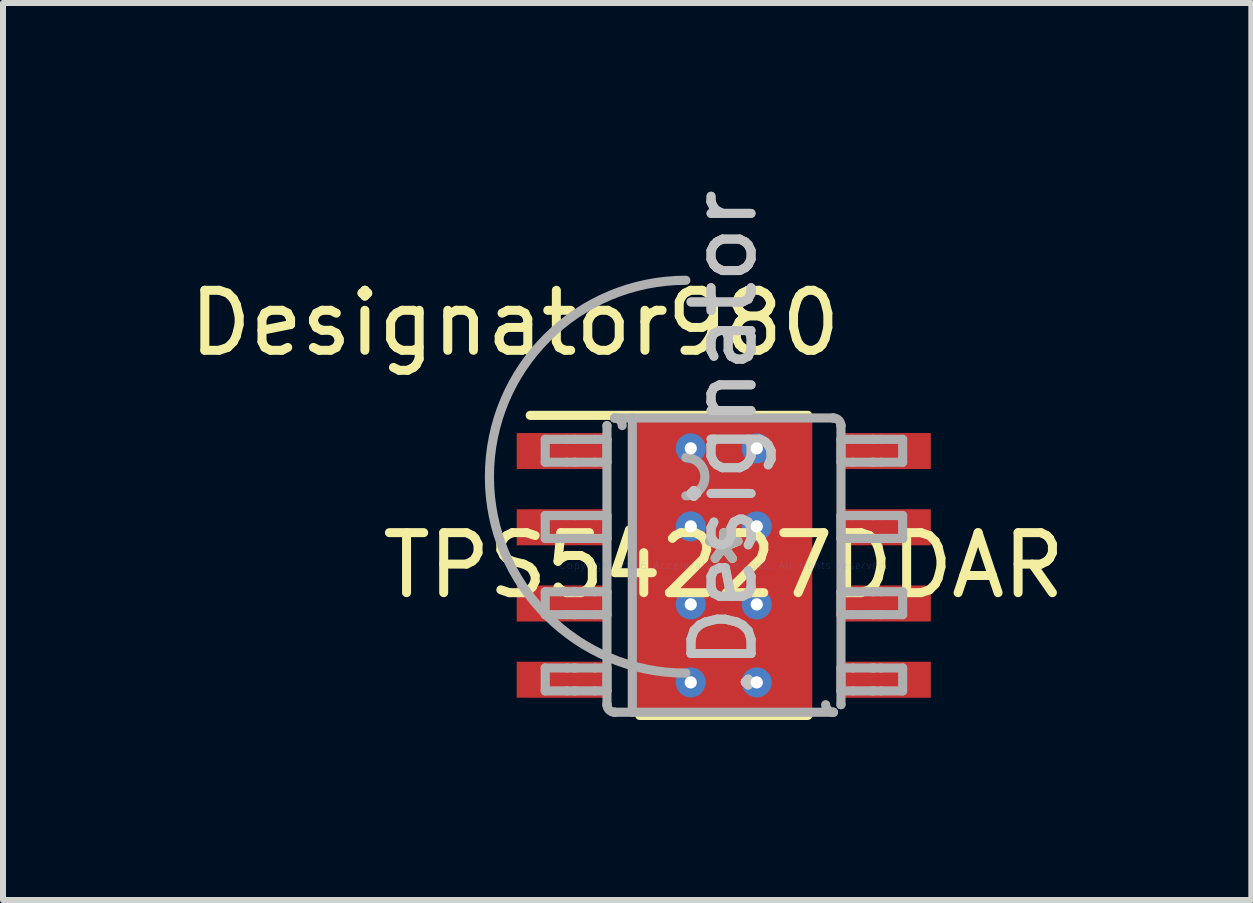
<source format=kicad_pcb>
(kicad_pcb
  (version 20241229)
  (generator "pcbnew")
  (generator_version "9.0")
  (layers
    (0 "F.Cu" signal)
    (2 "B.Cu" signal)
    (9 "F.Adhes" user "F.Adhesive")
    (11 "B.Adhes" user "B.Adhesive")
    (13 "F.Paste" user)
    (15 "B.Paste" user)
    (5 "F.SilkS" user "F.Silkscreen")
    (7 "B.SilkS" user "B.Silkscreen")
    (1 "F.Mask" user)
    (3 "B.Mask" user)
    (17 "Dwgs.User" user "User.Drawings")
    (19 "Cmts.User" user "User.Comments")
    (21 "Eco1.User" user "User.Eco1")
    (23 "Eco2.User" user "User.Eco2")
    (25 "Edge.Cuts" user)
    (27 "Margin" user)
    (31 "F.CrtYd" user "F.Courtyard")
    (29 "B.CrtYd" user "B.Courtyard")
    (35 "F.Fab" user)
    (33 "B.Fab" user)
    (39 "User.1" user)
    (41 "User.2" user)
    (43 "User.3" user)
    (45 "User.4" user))
  (footprint "TPS54227DDAR"
    (layer "F.Cu")
    (at 9.01 6.371)
    (property "Reference" "TPS54227DDAR" (at 0 0 0) (layer "F.SilkS") (effects (font (size 1 1) (thickness 0.15))))
    (attr through_hole)
    (fp_line (start -1.2 -1.502) (end -1.199 -1.511) (stroke (width 0.152) (type solid)) (layer "F.Mask"))
    (fp_line (start -1.2 1.502) (end -1.2 -1.502) (stroke (width 0.152) (type solid)) (layer "F.Mask"))
    (fp_line (start -1.199 -1.511) (end -1.196 -1.52) (stroke (width 0.152) (type solid)) (layer "F.Mask"))
    (fp_line (start -1.199 1.511) (end -1.2 1.502) (stroke (width 0.152) (type solid)) (layer "F.Mask"))
    (fp_line (start -1.196 -1.52) (end -1.192 -1.529) (stroke (width 0.152) (type solid)) (layer "F.Mask"))
    (fp_line (start -1.196 1.52) (end -1.199 1.511) (stroke (width 0.152) (type solid)) (layer "F.Mask"))
    (fp_line (start -1.192 -1.529) (end -1.186 -1.536) (stroke (width 0.152) (type solid)) (layer "F.Mask"))
    (fp_line (start -1.192 1.529) (end -1.196 1.52) (stroke (width 0.152) (type solid)) (layer "F.Mask"))
    (fp_line (start -1.186 -1.536) (end -1.179 -1.542) (stroke (width 0.152) (type solid)) (layer "F.Mask"))
    (fp_line (start -1.186 1.536) (end -1.192 1.529) (stroke (width 0.152) (type solid)) (layer "F.Mask"))
    (fp_line (start -1.179 -1.542) (end -1.17 -1.546) (stroke (width 0.152) (type solid)) (layer "F.Mask"))
    (fp_line (start -1.179 1.542) (end -1.186 1.536) (stroke (width 0.152) (type solid)) (layer "F.Mask"))
    (fp_line (start -1.17 -1.546) (end -1.161 -1.549) (stroke (width 0.152) (type solid)) (layer "F.Mask"))
    (fp_line (start -1.17 1.546) (end -1.179 1.542) (stroke (width 0.152) (type solid)) (layer "F.Mask"))
    (fp_line (start -1.161 -1.549) (end -1.152 -1.55) (stroke (width 0.152) (type solid)) (layer "F.Mask"))
    (fp_line (start -1.161 1.549) (end -1.17 1.546) (stroke (width 0.152) (type solid)) (layer "F.Mask"))
    (fp_line (start -1.152 -1.55) (end 1.152 -1.55) (stroke (width 0.152) (type solid)) (layer "F.Mask"))
    (fp_line (start -1.152 1.55) (end -1.161 1.549) (stroke (width 0.152) (type solid)) (layer "F.Mask"))
    (fp_line (start 1.152 -1.55) (end 1.161 -1.549) (stroke (width 0.152) (type solid)) (layer "F.Mask"))
    (fp_line (start 1.152 1.55) (end -1.152 1.55) (stroke (width 0.152) (type solid)) (layer "F.Mask"))
    (fp_line (start 1.161 -1.549) (end 1.17 -1.546) (stroke (width 0.152) (type solid)) (layer "F.Mask"))
    (fp_line (start 1.161 1.549) (end 1.152 1.55) (stroke (width 0.152) (type solid)) (layer "F.Mask"))
    (fp_line (start 1.17 -1.546) (end 1.179 -1.542) (stroke (width 0.152) (type solid)) (layer "F.Mask"))
    (fp_line (start 1.17 1.546) (end 1.161 1.549) (stroke (width 0.152) (type solid)) (layer "F.Mask"))
    (fp_line (start 1.179 -1.542) (end 1.186 -1.536) (stroke (width 0.152) (type solid)) (layer "F.Mask"))
    (fp_line (start 1.179 1.542) (end 1.17 1.546) (stroke (width 0.152) (type solid)) (layer "F.Mask"))
    (fp_line (start 1.186 -1.536) (end 1.192 -1.529) (stroke (width 0.152) (type solid)) (layer "F.Mask"))
    (fp_line (start 1.186 1.536) (end 1.179 1.542) (stroke (width 0.152) (type solid)) (layer "F.Mask"))
    (fp_line (start 1.192 -1.529) (end 1.196 -1.52) (stroke (width 0.152) (type solid)) (layer "F.Mask"))
    (fp_line (start 1.192 1.529) (end 1.186 1.536) (stroke (width 0.152) (type solid)) (layer "F.Mask"))
    (fp_line (start 1.196 -1.52) (end 1.199 -1.511) (stroke (width 0.152) (type solid)) (layer "F.Mask"))
    (fp_line (start 1.196 1.52) (end 1.192 1.529) (stroke (width 0.152) (type solid)) (layer "F.Mask"))
    (fp_line (start 1.199 -1.511) (end 1.2 -1.502) (stroke (width 0.152) (type solid)) (layer "F.Mask"))
    (fp_line (start 1.199 1.511) (end 1.196 1.52) (stroke (width 0.152) (type solid)) (layer "F.Mask"))
    (fp_line (start 1.2 -1.502) (end 1.2 1.502) (stroke (width 0.152) (type solid)) (layer "F.Mask"))
    (fp_line (start 1.2 1.502) (end 1.199 1.511) (stroke (width 0.152) (type solid)) (layer "F.Mask"))
    (fp_line (start -3.225 -2.5) (end 1.4 -2.5) (stroke (width 0.152) (type solid)) (layer "F.SilkS"))
    (fp_line (start -1.4 2.5) (end 1.4 2.5) (stroke (width 0.152) (type solid)) (layer "F.SilkS"))
    (fp_line (start -1.2 -1.502) (end -1.199 -1.511) (stroke (width 0.152) (type solid)) (layer "F.Paste"))
    (fp_line (start -1.2 1.502) (end -1.2 -1.502) (stroke (width 0.152) (type solid)) (layer "F.Paste"))
    (fp_line (start -1.199 -1.511) (end -1.196 -1.52) (stroke (width 0.152) (type solid)) (layer "F.Paste"))
    (fp_line (start -1.199 1.511) (end -1.2 1.502) (stroke (width 0.152) (type solid)) (layer "F.Paste"))
    (fp_line (start -1.196 -1.52) (end -1.192 -1.529) (stroke (width 0.152) (type solid)) (layer "F.Paste"))
    (fp_line (start -1.196 1.52) (end -1.199 1.511) (stroke (width 0.152) (type solid)) (layer "F.Paste"))
    (fp_line (start -1.192 -1.529) (end -1.186 -1.536) (stroke (width 0.152) (type solid)) (layer "F.Paste"))
    (fp_line (start -1.192 1.529) (end -1.196 1.52) (stroke (width 0.152) (type solid)) (layer "F.Paste"))
    (fp_line (start -1.186 -1.536) (end -1.179 -1.542) (stroke (width 0.152) (type solid)) (layer "F.Paste"))
    (fp_line (start -1.186 1.536) (end -1.192 1.529) (stroke (width 0.152) (type solid)) (layer "F.Paste"))
    (fp_line (start -1.179 -1.542) (end -1.17 -1.546) (stroke (width 0.152) (type solid)) (layer "F.Paste"))
    (fp_line (start -1.179 1.542) (end -1.186 1.536) (stroke (width 0.152) (type solid)) (layer "F.Paste"))
    (fp_line (start -1.17 -1.546) (end -1.161 -1.549) (stroke (width 0.152) (type solid)) (layer "F.Paste"))
    (fp_line (start -1.17 1.546) (end -1.179 1.542) (stroke (width 0.152) (type solid)) (layer "F.Paste"))
    (fp_line (start -1.161 -1.549) (end -1.152 -1.55) (stroke (width 0.152) (type solid)) (layer "F.Paste"))
    (fp_line (start -1.161 1.549) (end -1.17 1.546) (stroke (width 0.152) (type solid)) (layer "F.Paste"))
    (fp_line (start -1.152 -1.55) (end 1.152 -1.55) (stroke (width 0.152) (type solid)) (layer "F.Paste"))
    (fp_line (start -1.152 1.55) (end -1.161 1.549) (stroke (width 0.152) (type solid)) (layer "F.Paste"))
    (fp_line (start 1.152 -1.55) (end 1.161 -1.549) (stroke (width 0.152) (type solid)) (layer "F.Paste"))
    (fp_line (start 1.152 1.55) (end -1.152 1.55) (stroke (width 0.152) (type solid)) (layer "F.Paste"))
    (fp_line (start 1.161 -1.549) (end 1.17 -1.546) (stroke (width 0.152) (type solid)) (layer "F.Paste"))
    (fp_line (start 1.161 1.549) (end 1.152 1.55) (stroke (width 0.152) (type solid)) (layer "F.Paste"))
    (fp_line (start 1.17 -1.546) (end 1.179 -1.542) (stroke (width 0.152) (type solid)) (layer "F.Paste"))
    (fp_line (start 1.17 1.546) (end 1.161 1.549) (stroke (width 0.152) (type solid)) (layer "F.Paste"))
    (fp_line (start 1.179 -1.542) (end 1.186 -1.536) (stroke (width 0.152) (type solid)) (layer "F.Paste"))
    (fp_line (start 1.179 1.542) (end 1.17 1.546) (stroke (width 0.152) (type solid)) (layer "F.Paste"))
    (fp_line (start 1.186 -1.536) (end 1.192 -1.529) (stroke (width 0.152) (type solid)) (layer "F.Paste"))
    (fp_line (start 1.186 1.536) (end 1.179 1.542) (stroke (width 0.152) (type solid)) (layer "F.Paste"))
    (fp_line (start 1.192 -1.529) (end 1.196 -1.52) (stroke (width 0.152) (type solid)) (layer "F.Paste"))
    (fp_line (start 1.192 1.529) (end 1.186 1.536) (stroke (width 0.152) (type solid)) (layer "F.Paste"))
    (fp_line (start 1.196 -1.52) (end 1.199 -1.511) (stroke (width 0.152) (type solid)) (layer "F.Paste"))
    (fp_line (start 1.196 1.52) (end 1.192 1.529) (stroke (width 0.152) (type solid)) (layer "F.Paste"))
    (fp_line (start 1.199 -1.511) (end 1.2 -1.502) (stroke (width 0.152) (type solid)) (layer "F.Paste"))
    (fp_line (start 1.199 1.511) (end 1.196 1.52) (stroke (width 0.152) (type solid)) (layer "F.Paste"))
    (fp_line (start 1.2 -1.502) (end 1.2 1.502) (stroke (width 0.152) (type solid)) (layer "F.Paste"))
    (fp_line (start 1.2 1.502) (end 1.199 1.511) (stroke (width 0.152) (type solid)) (layer "F.Paste"))
    (fp_line (start -2.975 -2.1) (end -2.614 -2.1) (stroke (width 0.152) (type solid)) (layer "F.Fab"))
    (fp_line (start -2.975 -1.719) (end -2.975 -2.1) (stroke (width 0.152) (type solid)) (layer "F.Fab"))
    (fp_line (start -2.975 -1.719) (end -2.614 -1.719) (stroke (width 0.152) (type solid)) (layer "F.Fab"))
    (fp_line (start -2.975 -0.83) (end -2.614 -0.83) (stroke (width 0.152) (type solid)) (layer "F.Fab"))
    (fp_line (start -2.975 -0.449) (end -2.975 -0.83) (stroke (width 0.152) (type solid)) (layer "F.Fab"))
    (fp_line (start -2.975 -0.449) (end -2.614 -0.449) (stroke (width 0.152) (type solid)) (layer "F.Fab"))
    (fp_line (start -2.975 0.44) (end -2.614 0.44) (stroke (width 0.152) (type solid)) (layer "F.Fab"))
    (fp_line (start -2.975 0.821) (end -2.975 0.44) (stroke (width 0.152) (type solid)) (layer "F.Fab"))
    (fp_line (start -2.975 0.821) (end -2.614 0.821) (stroke (width 0.152) (type solid)) (layer "F.Fab"))
    (fp_line (start -2.975 1.71) (end -2.614 1.71) (stroke (width 0.152) (type solid)) (layer "F.Fab"))
    (fp_line (start -2.975 2.091) (end -2.975 1.71) (stroke (width 0.152) (type solid)) (layer "F.Fab"))
    (fp_line (start -2.975 2.091) (end -2.614 2.091) (stroke (width 0.152) (type solid)) (layer "F.Fab"))
    (fp_line (start -2.614 -2.1) (end -2.497 -2.1) (stroke (width 0.152) (type solid)) (layer "F.Fab"))
    (fp_line (start -2.614 -1.719) (end -2.497 -1.719) (stroke (width 0.152) (type solid)) (layer "F.Fab"))
    (fp_line (start -2.614 -0.83) (end -2.497 -0.83) (stroke (width 0.152) (type solid)) (layer "F.Fab"))
    (fp_line (start -2.614 -0.449) (end -2.497 -0.449) (stroke (width 0.152) (type solid)) (layer "F.Fab"))
    (fp_line (start -2.614 0.44) (end -2.497 0.44) (stroke (width 0.152) (type solid)) (layer "F.Fab"))
    (fp_line (start -2.614 0.821) (end -2.497 0.821) (stroke (width 0.152) (type solid)) (layer "F.Fab"))
    (fp_line (start -2.614 1.71) (end -2.497 1.71) (stroke (width 0.152) (type solid)) (layer "F.Fab"))
    (fp_line (start -2.614 2.091) (end -2.497 2.091) (stroke (width 0.152) (type solid)) (layer "F.Fab"))
    (fp_line (start -2.497 -2.1) (end -2.473 -2.1) (stroke (width 0.152) (type solid)) (layer "F.Fab"))
    (fp_line (start -2.497 -1.719) (end -2.473 -1.719) (stroke (width 0.152) (type solid)) (layer "F.Fab"))
    (fp_line (start -2.497 -0.83) (end -2.473 -0.83) (stroke (width 0.152) (type solid)) (layer "F.Fab"))
    (fp_line (start -2.497 -0.449) (end -2.473 -0.449) (stroke (width 0.152) (type solid)) (layer "F.Fab"))
    (fp_line (start -2.497 0.44) (end -2.473 0.44) (stroke (width 0.152) (type solid)) (layer "F.Fab"))
    (fp_line (start -2.497 0.821) (end -2.473 0.821) (stroke (width 0.152) (type solid)) (layer "F.Fab"))
    (fp_line (start -2.497 1.71) (end -2.473 1.71) (stroke (width 0.152) (type solid)) (layer "F.Fab"))
    (fp_line (start -2.497 2.091) (end -2.473 2.091) (stroke (width 0.152) (type solid)) (layer "F.Fab"))
    (fp_line (start -2.473 -2.1) (end -2.144 -2.1) (stroke (width 0.152) (type solid)) (layer "F.Fab"))
    (fp_line (start -2.473 -1.719) (end -2.144 -1.719) (stroke (width 0.152) (type solid)) (layer "F.Fab"))
    (fp_line (start -2.473 -0.83) (end -2.144 -0.83) (stroke (width 0.152) (type solid)) (layer "F.Fab"))
    (fp_line (start -2.473 -0.449) (end -2.144 -0.449) (stroke (width 0.152) (type solid)) (layer "F.Fab"))
    (fp_line (start -2.473 0.44) (end -2.144 0.44) (stroke (width 0.152) (type solid)) (layer "F.Fab"))
    (fp_line (start -2.473 0.821) (end -2.144 0.821) (stroke (width 0.152) (type solid)) (layer "F.Fab"))
    (fp_line (start -2.473 1.71) (end -2.144 1.71) (stroke (width 0.152) (type solid)) (layer "F.Fab"))
    (fp_line (start -2.473 2.091) (end -2.144 2.091) (stroke (width 0.152) (type solid)) (layer "F.Fab"))
    (fp_line (start -2.144 -2.1) (end -1.946 -2.1) (stroke (width 0.152) (type solid)) (layer "F.Fab"))
    (fp_line (start -2.144 -1.719) (end -1.946 -1.719) (stroke (width 0.152) (type solid)) (layer "F.Fab"))
    (fp_line (start -2.144 -0.83) (end -1.946 -0.83) (stroke (width 0.152) (type solid)) (layer "F.Fab"))
    (fp_line (start -2.144 -0.449) (end -1.946 -0.449) (stroke (width 0.152) (type solid)) (layer "F.Fab"))
    (fp_line (start -2.144 0.44) (end -1.946 0.44) (stroke (width 0.152) (type solid)) (layer "F.Fab"))
    (fp_line (start -2.144 0.821) (end -1.946 0.821) (stroke (width 0.152) (type solid)) (layer "F.Fab"))
    (fp_line (start -2.144 1.71) (end -1.946 1.71) (stroke (width 0.152) (type solid)) (layer "F.Fab"))
    (fp_line (start -2.144 2.091) (end -1.946 2.091) (stroke (width 0.152) (type solid)) (layer "F.Fab"))
    (fp_line (start -1.946 -2.329) (end -1.946 -2.33) (stroke (width 0.152) (type solid)) (layer "F.Fab"))
    (fp_line (start -1.946 -1.719) (end -1.946 -2.1) (stroke (width 0.152) (type solid)) (layer "F.Fab"))
    (fp_line (start -1.946 -0.449) (end -1.946 -0.83) (stroke (width 0.152) (type solid)) (layer "F.Fab"))
    (fp_line (start -1.946 0.821) (end -1.946 0.44) (stroke (width 0.152) (type solid)) (layer "F.Fab"))
    (fp_line (start -1.946 2.091) (end -1.946 1.71) (stroke (width 0.152) (type solid)) (layer "F.Fab"))
    (fp_line (start -1.946 2.32) (end -1.946 -2.329) (stroke (width 0.152) (type solid)) (layer "F.Fab"))
    (fp_line (start -1.946 2.32) (end -1.946 2.321) (stroke (width 0.152) (type solid)) (layer "F.Fab"))
    (fp_line (start -1.82 -2.456) (end -1.819 -2.456) (stroke (width 0.152) (type solid)) (layer "F.Fab"))
    (fp_line (start -1.82 2.447) (end -1.819 2.447) (stroke (width 0.152) (type solid)) (layer "F.Fab"))
    (fp_line (start -1.819 -2.456) (end 1.826 -2.456) (stroke (width 0.152) (type solid)) (layer "F.Fab"))
    (fp_line (start -1.819 2.447) (end 1.826 2.447) (stroke (width 0.152) (type solid)) (layer "F.Fab"))
    (fp_line (start -1.524 2.447) (end -1.524 -2.456) (stroke (width 0.152) (type solid)) (layer "F.Fab"))
    (fp_line (start 1.826 -2.456) (end 1.827 -2.456) (stroke (width 0.152) (type solid)) (layer "F.Fab"))
    (fp_line (start 1.826 2.447) (end 1.827 2.447) (stroke (width 0.152) (type solid)) (layer "F.Fab"))
    (fp_line (start 1.953 -2.329) (end 1.953 -2.33) (stroke (width 0.152) (type solid)) (layer "F.Fab"))
    (fp_line (start 1.953 -2.1) (end 2.15 -2.1) (stroke (width 0.152) (type solid)) (layer "F.Fab"))
    (fp_line (start 1.953 -1.719) (end 1.953 -2.1) (stroke (width 0.152) (type solid)) (layer "F.Fab"))
    (fp_line (start 1.953 -1.719) (end 2.15 -1.719) (stroke (width 0.152) (type solid)) (layer "F.Fab"))
    (fp_line (start 1.953 -0.83) (end 2.15 -0.83) (stroke (width 0.152) (type solid)) (layer "F.Fab"))
    (fp_line (start 1.953 -0.449) (end 1.953 -0.83) (stroke (width 0.152) (type solid)) (layer "F.Fab"))
    (fp_line (start 1.953 -0.449) (end 2.15 -0.449) (stroke (width 0.152) (type solid)) (layer "F.Fab"))
    (fp_line (start 1.953 0.44) (end 2.15 0.44) (stroke (width 0.152) (type solid)) (layer "F.Fab"))
    (fp_line (start 1.953 0.821) (end 1.953 0.44) (stroke (width 0.152) (type solid)) (layer "F.Fab"))
    (fp_line (start 1.953 0.821) (end 2.15 0.821) (stroke (width 0.152) (type solid)) (layer "F.Fab"))
    (fp_line (start 1.953 1.71) (end 2.15 1.71) (stroke (width 0.152) (type solid)) (layer "F.Fab"))
    (fp_line (start 1.953 2.091) (end 1.953 1.71) (stroke (width 0.152) (type solid)) (layer "F.Fab"))
    (fp_line (start 1.953 2.091) (end 2.15 2.091) (stroke (width 0.152) (type solid)) (layer "F.Fab"))
    (fp_line (start 1.953 2.32) (end 1.953 -2.329) (stroke (width 0.152) (type solid)) (layer "F.Fab"))
    (fp_line (start 1.953 2.321) (end 1.953 2.32) (stroke (width 0.152) (type solid)) (layer "F.Fab"))
    (fp_line (start 2.15 -2.1) (end 2.479 -2.1) (stroke (width 0.152) (type solid)) (layer "F.Fab"))
    (fp_line (start 2.15 -1.719) (end 2.479 -1.719) (stroke (width 0.152) (type solid)) (layer "F.Fab"))
    (fp_line (start 2.15 -0.83) (end 2.479 -0.83) (stroke (width 0.152) (type solid)) (layer "F.Fab"))
    (fp_line (start 2.15 -0.449) (end 2.479 -0.449) (stroke (width 0.152) (type solid)) (layer "F.Fab"))
    (fp_line (start 2.15 0.44) (end 2.479 0.44) (stroke (width 0.152) (type solid)) (layer "F.Fab"))
    (fp_line (start 2.15 0.821) (end 2.479 0.821) (stroke (width 0.152) (type solid)) (layer "F.Fab"))
    (fp_line (start 2.15 1.71) (end 2.479 1.71) (stroke (width 0.152) (type solid)) (layer "F.Fab"))
    (fp_line (start 2.15 2.091) (end 2.479 2.091) (stroke (width 0.152) (type solid)) (layer "F.Fab"))
    (fp_line (start 2.479 -2.1) (end 2.503 -2.1) (stroke (width 0.152) (type solid)) (layer "F.Fab"))
    (fp_line (start 2.479 -1.719) (end 2.503 -1.719) (stroke (width 0.152) (type solid)) (layer "F.Fab"))
    (fp_line (start 2.479 -0.83) (end 2.503 -0.83) (stroke (width 0.152) (type solid)) (layer "F.Fab"))
    (fp_line (start 2.479 -0.449) (end 2.503 -0.449) (stroke (width 0.152) (type solid)) (layer "F.Fab"))
    (fp_line (start 2.479 0.44) (end 2.503 0.44) (stroke (width 0.152) (type solid)) (layer "F.Fab"))
    (fp_line (start 2.479 0.821) (end 2.503 0.821) (stroke (width 0.152) (type solid)) (layer "F.Fab"))
    (fp_line (start 2.479 1.71) (end 2.503 1.71) (stroke (width 0.152) (type solid)) (layer "F.Fab"))
    (fp_line (start 2.479 2.091) (end 2.503 2.091) (stroke (width 0.152) (type solid)) (layer "F.Fab"))
    (fp_line (start 2.503 -2.1) (end 2.621 -2.1) (stroke (width 0.152) (type solid)) (layer "F.Fab"))
    (fp_line (start 2.503 -1.719) (end 2.621 -1.719) (stroke (width 0.152) (type solid)) (layer "F.Fab"))
    (fp_line (start 2.503 -0.83) (end 2.621 -0.83) (stroke (width 0.152) (type solid)) (layer "F.Fab"))
    (fp_line (start 2.503 -0.449) (end 2.621 -0.449) (stroke (width 0.152) (type solid)) (layer "F.Fab"))
    (fp_line (start 2.503 0.44) (end 2.621 0.44) (stroke (width 0.152) (type solid)) (layer "F.Fab"))
    (fp_line (start 2.503 0.821) (end 2.621 0.821) (stroke (width 0.152) (type solid)) (layer "F.Fab"))
    (fp_line (start 2.503 1.71) (end 2.621 1.71) (stroke (width 0.152) (type solid)) (layer "F.Fab"))
    (fp_line (start 2.503 2.091) (end 2.621 2.091) (stroke (width 0.152) (type solid)) (layer "F.Fab"))
    (fp_line (start 2.621 -2.1) (end 2.981 -2.1) (stroke (width 0.152) (type solid)) (layer "F.Fab"))
    (fp_line (start 2.621 -1.719) (end 2.981 -1.719) (stroke (width 0.152) (type solid)) (layer "F.Fab"))
    (fp_line (start 2.621 -0.83) (end 2.981 -0.83) (stroke (width 0.152) (type solid)) (layer "F.Fab"))
    (fp_line (start 2.621 -0.449) (end 2.981 -0.449) (stroke (width 0.152) (type solid)) (layer "F.Fab"))
    (fp_line (start 2.621 0.44) (end 2.981 0.44) (stroke (width 0.152) (type solid)) (layer "F.Fab"))
    (fp_line (start 2.621 0.821) (end 2.981 0.821) (stroke (width 0.152) (type solid)) (layer "F.Fab"))
    (fp_line (start 2.621 1.71) (end 2.981 1.71) (stroke (width 0.152) (type solid)) (layer "F.Fab"))
    (fp_line (start 2.621 2.091) (end 2.981 2.091) (stroke (width 0.152) (type solid)) (layer "F.Fab"))
    (fp_line (start 2.981 -1.719) (end 2.981 -2.1) (stroke (width 0.152) (type solid)) (layer "F.Fab"))
    (fp_line (start 2.981 -0.449) (end 2.981 -0.83) (stroke (width 0.152) (type solid)) (layer "F.Fab"))
    (fp_line (start 2.981 0.821) (end 2.981 0.44) (stroke (width 0.152) (type solid)) (layer "F.Fab"))
    (fp_line (start 2.981 2.091) (end 2.981 1.71) (stroke (width 0.152) (type solid)) (layer "F.Fab"))
    (fp_arc (start -1.819285 -2.455606) (mid -1.730155 -2.419074) (end -1.692304 -2.330497) (stroke (width 0.1524) (type solid)) (layer "F.Fab"))
    (fp_arc (start -1.819285 2.446604) (mid -1.908415 2.410072) (end -1.946266 2.321495) (stroke (width 0.1524) (type solid)) (layer "F.Fab"))
    (fp_arc (start -0.63185 -1.795201) (mid -0.31435 -1.477701) (end -0.63185 -1.160201) (stroke (width 0.1524) (type solid)) (layer "F.Fab"))
    (fp_arc (start -0.63185 1.795201) (mid -3.904752 -1.477701) (end -0.63185 -4.750603) (stroke (width 0.1524) (type solid)) (layer "F.Fab"))
    (fp_arc (start 1.82561 -2.455606) (mid 1.91474 -2.419074) (end 1.952591 -2.330497) (stroke (width 0.1524) (type solid)) (layer "F.Fab"))
    (fp_arc (start 1.82561 2.446604) (mid 1.73648 2.410072) (end 1.698629 2.321495) (stroke (width 0.1524) (type solid)) (layer "F.Fab"))
    (fp_text user "*" (at 0 0 0) (layer "F.SilkS") (effects (font (size 1 1) (thickness 0.15))))
    (fp_text user "Designator980" (at -3.48 -4.039 0) (layer "F.SilkS") (effects (font (size 1 1) (thickness 0.15))))
    (fp_text user ".Designator" (at 0 -2.032 270) (layer "Dwgs.User") (effects (font (size 1 1) (thickness 0.15))))
    (fp_text user "Copyright 2016 Accelerated Designs. All rights reserved." (at 0 0 0) (layer "Cmts.User") (effects (font (size 0.127 0.127) (thickness 0.002))))
    (fp_text user "*" (at 0 0 0) (layer "F.Fab") (effects (font (size 1 1) (thickness 0.15))))
    (fp_text user ".Designator" (at 0 -2.032 270) (layer "F.Fab") (effects (font (size 1 1) (thickness 0.15))))
    (pad "1" smd rect (at -2.725 -1.905 90) (size 0.6 1.45) (layers "F.Cu" "F.Mask" "F.Paste"))
    (pad "2" smd rect (at -2.725 -0.635 90) (size 0.6 1.45) (layers "F.Cu" "F.Mask" "F.Paste"))
    (pad "3" smd rect (at -2.725 0.635 90) (size 0.6 1.45) (layers "F.Cu" "F.Mask" "F.Paste"))
    (pad "4" smd rect (at -2.725 1.905 90) (size 0.6 1.45) (layers "F.Cu" "F.Mask" "F.Paste"))
    (pad "5" smd rect (at 2.725 1.905 90) (size 0.6 1.45) (layers "F.Cu" "F.Mask" "F.Paste"))
    (pad "6" smd rect (at 2.725 0.635 90) (size 0.6 1.45) (layers "F.Cu" "F.Mask" "F.Paste"))
    (pad "7" smd rect (at 2.725 -0.635 90) (size 0.6 1.45) (layers "F.Cu" "F.Mask" "F.Paste"))
    (pad "8" smd rect (at 2.725 -1.905 90) (size 0.6 1.45) (layers "F.Cu" "F.Mask" "F.Paste"))
    (pad "9" smd rect (at 0 0) (size 2.95 4.9) (layers "F.Cu" "F.Mask" "F.Paste"))
    (pad "10" thru_hole circle (at 0.55 1.95) (size 0.5 0.5) (drill 0.203) (layers "*.Cu" "*.Mask"))
    (pad "11" thru_hole circle (at -0.55 1.95) (size 0.5 0.5) (drill 0.203) (layers "*.Cu" "*.Mask"))
    (pad "12" thru_hole circle (at -0.55 -1.95) (size 0.5 0.5) (drill 0.203) (layers "*.Cu" "*.Mask"))
    (pad "13" thru_hole circle (at 0.55 -1.95) (size 0.5 0.5) (drill 0.203) (layers "*.Cu" "*.Mask"))
    (pad "14" thru_hole circle (at 0.55 0.65) (size 0.5 0.5) (drill 0.203) (layers "*.Cu" "*.Mask"))
    (pad "15" thru_hole circle (at -0.55 0.65) (size 0.5 0.5) (drill 0.203) (layers "*.Cu" "*.Mask"))
    (pad "16" thru_hole circle (at 0.55 -0.65) (size 0.5 0.5) (drill 0.203) (layers "*.Cu" "*.Mask"))
    (pad "17" thru_hole circle (at -0.55 -0.65) (size 0.5 0.5) (drill 0.203) (layers "*.Cu" "*.Mask")))
  (gr_rect
    (start -3 -3)
    (end 17.801 11.947)
    (stroke (width 0.1) (type default))
    (fill no)
    (layer "Edge.Cuts")))
</source>
